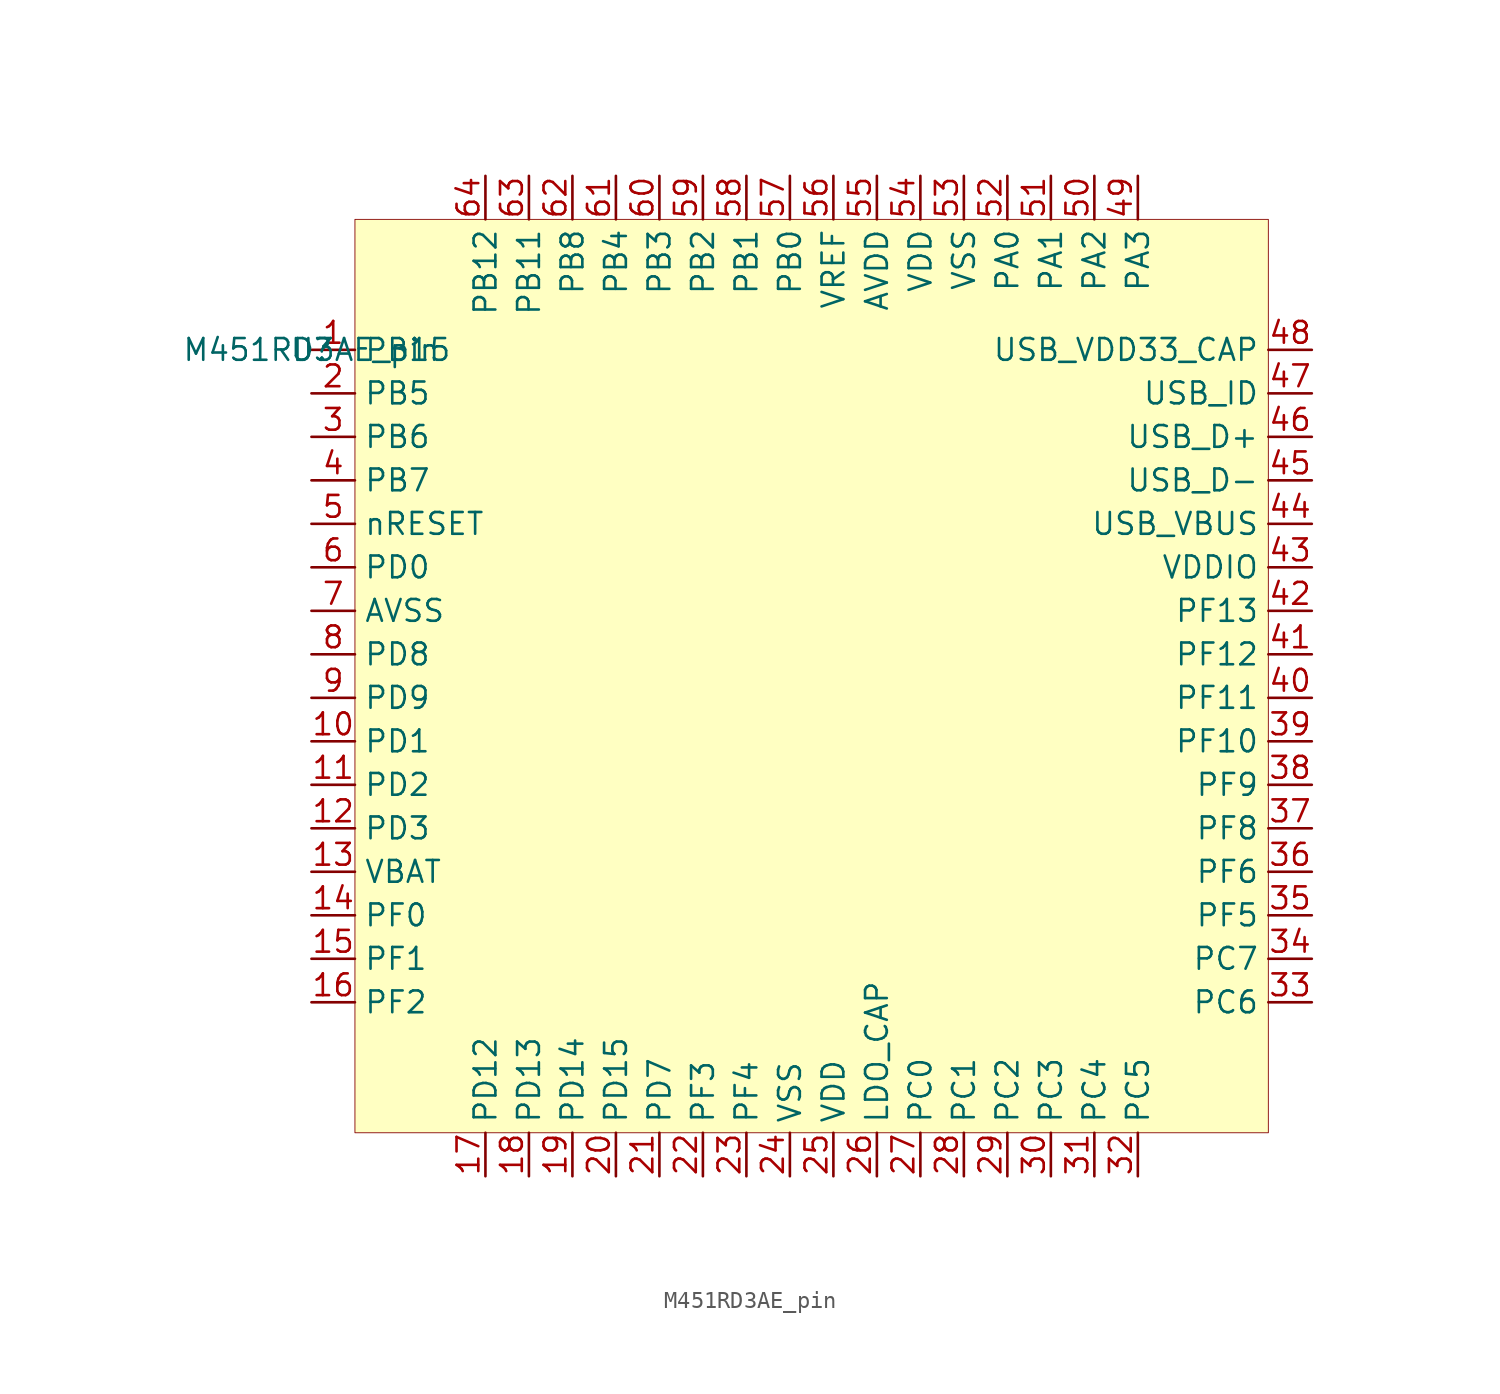
<source format=kicad_sym>
(kicad_symbol_lib
  (version 20220914)
  (generator kicad_symbol_editor)
  (symbol "M451RD3AE_pin"
    (property "Reference" "U"
      (at -29.21 19.05 0)
      (effects (font (size 1.27 1.27))))
    (property "Value" "M451RD3AE_pin"
      (at -29.21 19.05 0)
      (effects (font (size 1.27 1.27))))
    (symbol "M451RD3AE_pin_0_0"
      (pin bidirectional line (at -29.21 -3.81 0) (length 2.54) (name "PD1" (effects (font (size 1.27 1.27)))) (number "10" (effects (font (size 1.27 1.27)))) (alternate "ACMP1_P2" bidirectional line) (alternate "EADC_CH11" bidirectional line) (alternate "EBI_nRD" bidirectional line) (alternate "PWM0_SYNC_IN" bidirectional line) (alternate "T0" bidirectional line) (alternate "UART0_TXD" bidirectional line))
      (pin bidirectional line (at -29.21 -6.35 0) (length 2.54) (name "PD2" (effects (font (size 1.27 1.27)))) (number "11" (effects (font (size 1.27 1.27)))) (alternate "ACMP1_P1" bidirectional line) (alternate "EBI_nWR" bidirectional line) (alternate "INT0" bidirectional line) (alternate "PWM0_BRAKE0" bidirectional line) (alternate "STADC" bidirectional line) (alternate "T0_EXT" bidirectional line))
      (pin bidirectional line (at -29.21 -8.89 0) (length 2.54) (name "PD3" (effects (font (size 1.27 1.27)))) (number "12" (effects (font (size 1.27 1.27)))) (alternate "ACMP1_P0" bidirectional line) (alternate "EBI_MCLK" bidirectional line) (alternate "INT1" bidirectional line) (alternate "PWM0_BRAKE1" bidirectional line) (alternate "T1_EXT" bidirectional line) (alternate "T2" bidirectional line))
      (pin power_in line (at -29.21 -11.43 0) (length 2.54) (name "VBAT" (effects (font (size 1.27 1.27)))) (number "13" (effects (font (size 1.27 1.27)))))
      (pin bidirectional line (at -29.21 -13.97 0) (length 2.54) (name "PF0" (effects (font (size 1.27 1.27)))) (number "14" (effects (font (size 1.27 1.27)))) (alternate "INT5" bidirectional line) (alternate "X32_OUT" bidirectional line))
      (pin bidirectional line (at -29.21 -16.51 0) (length 2.54) (name "PF1" (effects (font (size 1.27 1.27)))) (number "15" (effects (font (size 1.27 1.27)))) (alternate "X32_IN" bidirectional line))
      (pin bidirectional line (at -29.21 -19.05 0) (length 2.54) (name "PF2" (effects (font (size 1.27 1.27)))) (number "16" (effects (font (size 1.27 1.27)))) (alternate "TAMPER" bidirectional line))
      (pin bidirectional line (at -19.05 -29.21 90) (length 2.54) (name "PD12" (effects (font (size 1.27 1.27)))) (number "17" (effects (font (size 1.27 1.27)))) (alternate "EBI_ADR16" bidirectional line) (alternate "PWM1_CH0" bidirectional line) (alternate "SPI2_SS" bidirectional line) (alternate "UART3_TXD" bidirectional line))
      (pin bidirectional line (at -16.51 -29.21 90) (length 2.54) (name "PD13" (effects (font (size 1.27 1.27)))) (number "18" (effects (font (size 1.27 1.27)))) (alternate "EBI_ADR17" bidirectional line) (alternate "PWM1_CH1" bidirectional line) (alternate "SPI2_MOSI" bidirectional line) (alternate "UART3_RXD" bidirectional line))
      (pin bidirectional line (at -13.97 -29.21 90) (length 2.54) (name "PD14" (effects (font (size 1.27 1.27)))) (number "19" (effects (font (size 1.27 1.27)))) (alternate "EBI_ADR18" bidirectional line) (alternate "PWM1_CH2" bidirectional line) (alternate "SPI2_MISO" bidirectional line) (alternate "UART3_nCTS" bidirectional line))
      (pin bidirectional line (at -29.21 16.51 0) (length 2.54) (name "PB5" (effects (font (size 1.27 1.27)))) (number "2" (effects (font (size 1.27 1.27)))) (alternate "ACMP0_P2" bidirectional line) (alternate "EADC_CH13" bidirectional line) (alternate "EBI_AD6" bidirectional line) (alternate "SPI0_MOSI0" bidirectional line) (alternate "SPI1_MOSI" bidirectional line) (alternate "UART2_RXD" bidirectional line))
      (pin bidirectional line (at -11.43 -29.21 90) (length 2.54) (name "PD15" (effects (font (size 1.27 1.27)))) (number "20" (effects (font (size 1.27 1.27)))) (alternate "EBI_ADR19" bidirectional line) (alternate "PWM1_CH3" bidirectional line) (alternate "SPI2_CLK" bidirectional line) (alternate "UART3_nRTS" bidirectional line))
      (pin bidirectional line (at -8.89 -29.21 90) (length 2.54) (name "PD7" (effects (font (size 1.27 1.27)))) (number "21" (effects (font (size 1.27 1.27)))) (alternate "ACMP0_O" bidirectional line) (alternate "EBI_nRD" bidirectional line) (alternate "I2C1_SCL" bidirectional line) (alternate "PWM0_CH5" bidirectional line) (alternate "PWM0_SYNC_IN" bidirectional line) (alternate "T1" bidirectional line) (alternate "XT1_OUT" bidirectional line))
      (pin bidirectional line (at -6.35 -29.21 90) (length 2.54) (name "PF3" (effects (font (size 1.27 1.27)))) (number "22" (effects (font (size 1.27 1.27)))))
      (pin bidirectional line (at -3.81 -29.21 90) (length 2.54) (name "PF4" (effects (font (size 1.27 1.27)))) (number "23" (effects (font (size 1.27 1.27)))) (alternate "I2C1_SDA" bidirectional line) (alternate "XT1_IN" bidirectional line))
      (pin power_in line (at -1.27 -29.21 90) (length 2.54) (name "VSS" (effects (font (size 1.27 1.27)))) (number "24" (effects (font (size 1.27 1.27)))))
      (pin power_in line (at 1.27 -29.21 90) (length 2.54) (name "VDD" (effects (font (size 1.27 1.27)))) (number "25" (effects (font (size 1.27 1.27)))))
      (pin bidirectional line (at 3.81 -29.21 90) (length 2.54) (name "LDO_CAP" (effects (font (size 1.27 1.27)))) (number "26" (effects (font (size 1.27 1.27)))))
      (pin bidirectional line (at 6.35 -29.21 90) (length 2.54) (name "PC0" (effects (font (size 1.27 1.27)))) (number "27" (effects (font (size 1.27 1.27)))) (alternate "EBI_AD8" bidirectional line) (alternate "INT2" bidirectional line) (alternate "PWM0_CH0" bidirectional line) (alternate "SPI2_CLK" bidirectional line) (alternate "T3_EXT" bidirectional line) (alternate "UART2_nCTS" bidirectional line) (alternate "UART3_TXD" bidirectional line))
      (pin bidirectional line (at 8.89 -29.21 90) (length 2.54) (name "PC1" (effects (font (size 1.27 1.27)))) (number "28" (effects (font (size 1.27 1.27)))) (alternate "CLKO" bidirectional line) (alternate "EBI_AD9" bidirectional line) (alternate "PWM0_CH1" bidirectional line) (alternate "STDAC" bidirectional line) (alternate "UART2_nRTS" bidirectional line) (alternate "UART3_RXD" bidirectional line))
      (pin bidirectional line (at 11.43 -29.21 90) (length 2.54) (name "PC2" (effects (font (size 1.27 1.27)))) (number "29" (effects (font (size 1.27 1.27)))) (alternate "ACMP1_O" bidirectional line) (alternate "EBI_AD10" bidirectional line) (alternate "PWM0_CH2" bidirectional line) (alternate "SPI2_SS" bidirectional line) (alternate "UART2_TXD" bidirectional line))
      (pin bidirectional line (at -29.21 13.97 0) (length 2.54) (name "PB6" (effects (font (size 1.27 1.27)))) (number "3" (effects (font (size 1.27 1.27)))) (alternate "ACMP0_P1" bidirectional line) (alternate "EADC_CH14" bidirectional line) (alternate "EBI_AD5" bidirectional line) (alternate "SPI0_MISO0" bidirectional line) (alternate "SPI1_MISO" bidirectional line))
      (pin bidirectional line (at 13.97 -29.21 90) (length 2.54) (name "PC3" (effects (font (size 1.27 1.27)))) (number "30" (effects (font (size 1.27 1.27)))) (alternate "EBI_AD11" bidirectional line) (alternate "PWM0_CH3" bidirectional line) (alternate "SPI2_MOSI" bidirectional line) (alternate "UART2_RXD" bidirectional line))
      (pin bidirectional line (at 16.51 -29.21 90) (length 2.54) (name "PC4" (effects (font (size 1.27 1.27)))) (number "31" (effects (font (size 1.27 1.27)))) (alternate "EBI_AD12" bidirectional line) (alternate "I2C1_SCL" bidirectional line) (alternate "PWM0_CH4" bidirectional line) (alternate "SPI2_MISO" bidirectional line))
      (pin bidirectional line (at 19.05 -29.21 90) (length 2.54) (name "PC5" (effects (font (size 1.27 1.27)))) (number "32" (effects (font (size 1.27 1.27)))) (alternate "EBI_nCS1" bidirectional line) (alternate "I2C1_SDA" bidirectional line) (alternate "INT4" bidirectional line) (alternate "PWM0_CH0" bidirectional line) (alternate "SC0_CD" bidirectional line) (alternate "SPI2_CLK" bidirectional line) (alternate "T2_EXT" bidirectional line))
      (pin bidirectional line (at 29.21 -19.05 180) (length 2.54) (name "PC6" (effects (font (size 1.27 1.27)))) (number "33" (effects (font (size 1.27 1.27)))) (alternate "EBI_AD13" bidirectional line) (alternate "PWM0_CH5" bidirectional line) (alternate "SPI2_I2SMCLK" bidirectional line))
      (pin bidirectional line (at 29.21 -16.51 180) (length 2.54) (name "PC7" (effects (font (size 1.27 1.27)))) (number "34" (effects (font (size 1.27 1.27)))) (alternate "ACMP1_O" bidirectional line) (alternate "EBI_AD14" bidirectional line) (alternate "I2C1_SMBAL" bidirectional line) (alternate "PWM1_CH0" bidirectional line) (alternate "UART0_TXD" bidirectional line))
      (pin bidirectional line (at 29.21 -13.97 180) (length 2.54) (name "PF5" (effects (font (size 1.27 1.27)))) (number "35" (effects (font (size 1.27 1.27)))) (alternate "EBI_AD15" bidirectional line) (alternate "I2C1_SMBSUS" bidirectional line) (alternate "PWM1_CH1" bidirectional line) (alternate "UART0_RXD" bidirectional line))
      (pin bidirectional line (at 29.21 -11.43 180) (length 2.54) (name "PF6" (effects (font (size 1.27 1.27)))) (number "36" (effects (font (size 1.27 1.27)))) (alternate "ICE_CLK" bidirectional line))
      (pin bidirectional line (at 29.21 -8.89 180) (length 2.54) (name "PF8" (effects (font (size 1.27 1.27)))) (number "37" (effects (font (size 1.27 1.27)))) (alternate "ICE_DAT" bidirectional line))
      (pin bidirectional line (at 29.21 -6.35 180) (length 2.54) (name "PF9" (effects (font (size 1.27 1.27)))) (number "38" (effects (font (size 1.27 1.27)))) (alternate "EBI_AD7" bidirectional line) (alternate "SPI1_CLK" bidirectional line) (alternate "T0_EXT" bidirectional line))
      (pin bidirectional line (at 29.21 -3.81 180) (length 2.54) (name "PF10" (effects (font (size 1.27 1.27)))) (number "39" (effects (font (size 1.27 1.27)))) (alternate "EBI_AD6" bidirectional line) (alternate "SPI1_MISO" bidirectional line) (alternate "T1_EXT" bidirectional line))
      (pin bidirectional line (at -29.21 11.43 0) (length 2.54) (name "PB7" (effects (font (size 1.27 1.27)))) (number "4" (effects (font (size 1.27 1.27)))) (alternate "ACMP0_P0" bidirectional line) (alternate "EADC_CH15" bidirectional line) (alternate "EBI_AD4" bidirectional line) (alternate "SPI0_CLK" bidirectional line) (alternate "SPI1_CLK" bidirectional line) (alternate "STADC" bidirectional line))
      (pin bidirectional line (at 29.21 -1.27 180) (length 2.54) (name "PF11" (effects (font (size 1.27 1.27)))) (number "40" (effects (font (size 1.27 1.27)))) (alternate "EBI_AD5" bidirectional line) (alternate "SPI1_MOSI" bidirectional line) (alternate "T2_EXT" bidirectional line))
      (pin bidirectional line (at 29.21 1.27 180) (length 2.54) (name "PF12" (effects (font (size 1.27 1.27)))) (number "41" (effects (font (size 1.27 1.27)))) (alternate "EBI_AD4" bidirectional line) (alternate "SPI1_SS" bidirectional line))
      (pin bidirectional line (at 29.21 3.81 180) (length 2.54) (name "PF13" (effects (font (size 1.27 1.27)))) (number "42" (effects (font (size 1.27 1.27)))) (alternate "CLKO" bidirectional line) (alternate "I2C1_SCL" bidirectional line) (alternate "PWM0_BRAKE0" bidirectional line) (alternate "SC0_PWR" bidirectional line) (alternate "SPI0_MISO1" bidirectional line) (alternate "T1" bidirectional line) (alternate "UART1_TXD" bidirectional line))
      (pin power_in line (at 29.21 6.35 180) (length 2.54) (name "VDDIO" (effects (font (size 1.27 1.27)))) (number "43" (effects (font (size 1.27 1.27)))) (alternate "I2C1_SDA" bidirectional line) (alternate "PWM1_BRAKE1" bidirectional line) (alternate "SC0_RST" bidirectional line) (alternate "SPI0_MOSI1" bidirectional line) (alternate "SPI1_I2SMCLK" bidirectional line) (alternate "T2" bidirectional line) (alternate "UART1_RXD" bidirectional line))
      (pin power_in line (at 29.21 8.89 180) (length 2.54) (name "USB_VBUS" (effects (font (size 1.27 1.27)))) (number "44" (effects (font (size 1.27 1.27)))) (alternate "I2C0_SMBAL" bidirectional line) (alternate "I2C1_SCL" bidirectional line) (alternate "SC0_DAT" bidirectional line) (alternate "SPI0_MISO0" bidirectional line) (alternate "SPI1_MISO" bidirectional line) (alternate "UART1_nCTS" bidirectional line) (alternate "UART3_TXD" bidirectional line))
      (pin bidirectional line (at 29.21 11.43 180) (length 2.54) (name "USB_D-" (effects (font (size 1.27 1.27)))) (number "45" (effects (font (size 1.27 1.27)))) (alternate "I2C0_SMBSUS" bidirectional line) (alternate "I2C1_SDA" bidirectional line) (alternate "SC0_CLK" bidirectional line) (alternate "SPI0_MOSI0" bidirectional line) (alternate "SPI1_MOSI" bidirectional line) (alternate "UART1_nRTS" bidirectional line) (alternate "UART3_RXD" bidirectional line))
      (pin bidirectional line (at 29.21 13.97 180) (length 2.54) (name "USB_D+" (effects (font (size 1.27 1.27)))) (number "46" (effects (font (size 1.27 1.27)))) (alternate "I2C0_SCL" bidirectional line) (alternate "SPI0_SS" bidirectional line) (alternate "SPI1_SS" bidirectional line) (alternate "UART1_TXD" bidirectional line))
      (pin bidirectional line (at 29.21 16.51 180) (length 2.54) (name "USB_ID" (effects (font (size 1.27 1.27)))) (number "47" (effects (font (size 1.27 1.27)))) (alternate "I2C0_SDA" bidirectional line) (alternate "SPI0_CLK" bidirectional line) (alternate "SPI1_CLK" bidirectional line) (alternate "UART1_RXD" bidirectional line))
      (pin power_in line (at 29.21 19.05 180) (length 2.54) (name "USB_VDD33_CAP" (effects (font (size 1.27 1.27)))) (number "48" (effects (font (size 1.27 1.27)))))
      (pin bidirectional line (at 19.05 29.21 270) (length 2.54) (name "PA3" (effects (font (size 1.27 1.27)))) (number "49" (effects (font (size 1.27 1.27)))) (alternate "EBI_AD3" bidirectional line) (alternate "I2C0_SCL" bidirectional line) (alternate "PWM1_CH2" bidirectional line) (alternate "SC0_PWR" bidirectional line) (alternate "UART0_RXD" bidirectional line) (alternate "UART0_nRTS" bidirectional line))
      (pin bidirectional line (at -29.21 8.89 0) (length 2.54) (name "nRESET" (effects (font (size 1.27 1.27)))) (number "5" (effects (font (size 1.27 1.27)))))
      (pin bidirectional line (at 16.51 29.21 270) (length 2.54) (name "PA2" (effects (font (size 1.27 1.27)))) (number "50" (effects (font (size 1.27 1.27)))) (alternate "EBI_AD2" bidirectional line) (alternate "I2C0_SDA" bidirectional line) (alternate "PWM1_CH3" bidirectional line) (alternate "SC0_RST" bidirectional line) (alternate "UART0_TXD" bidirectional line) (alternate "UART0_nCTS" bidirectional line))
      (pin bidirectional line (at 13.97 29.21 270) (length 2.54) (name "PA1" (effects (font (size 1.27 1.27)))) (number "51" (effects (font (size 1.27 1.27)))) (alternate "EBI_AD1" bidirectional line) (alternate "PWM1_CH4" bidirectional line) (alternate "SC0_DAT" bidirectional line) (alternate "STADC" bidirectional line) (alternate "UART1_RXD" bidirectional line) (alternate "UART1_nRTS" bidirectional line))
      (pin bidirectional line (at 11.43 29.21 270) (length 2.54) (name "PA0" (effects (font (size 1.27 1.27)))) (number "52" (effects (font (size 1.27 1.27)))) (alternate "EBI_AD0" bidirectional line) (alternate "INT0" bidirectional line) (alternate "PWM1_CH5" bidirectional line) (alternate "SC0_CLK" bidirectional line) (alternate "SPI1_I2SMCLK" bidirectional line) (alternate "UART1_TXD" bidirectional line) (alternate "UART1_nCTS" bidirectional line))
      (pin power_in line (at 8.89 29.21 270) (length 2.54) (name "VSS" (effects (font (size 1.27 1.27)))) (number "53" (effects (font (size 1.27 1.27)))))
      (pin power_in line (at 6.35 29.21 270) (length 2.54) (name "VDD" (effects (font (size 1.27 1.27)))) (number "54" (effects (font (size 1.27 1.27)))))
      (pin power_in line (at 3.81 29.21 270) (length 2.54) (name "AVDD" (effects (font (size 1.27 1.27)))) (number "55" (effects (font (size 1.27 1.27)))))
      (pin power_in line (at 1.27 29.21 270) (length 2.54) (name "VREF" (effects (font (size 1.27 1.27)))) (number "56" (effects (font (size 1.27 1.27)))))
      (pin bidirectional line (at -1.27 29.21 270) (length 2.54) (name "PB0" (effects (font (size 1.27 1.27)))) (number "57" (effects (font (size 1.27 1.27)))) (alternate "DAC" bidirectional line) (alternate "EADC_CH0" bidirectional line) (alternate "EBI_nWRL" bidirectional line) (alternate "INT1" bidirectional line) (alternate "SPI0_MOSI1" bidirectional line) (alternate "T2" bidirectional line) (alternate "UART2_RXD" bidirectional line))
      (pin bidirectional line (at -3.81 29.21 270) (length 2.54) (name "PB1" (effects (font (size 1.27 1.27)))) (number "58" (effects (font (size 1.27 1.27)))) (alternate "EADC_CH1" bidirectional line) (alternate "EBI_nWRH" bidirectional line) (alternate "PWM0_SYNC_OUT" bidirectional line) (alternate "SC0_RST" bidirectional line) (alternate "SPI0_MISO1" bidirectional line) (alternate "T3" bidirectional line) (alternate "UART2_TXD" bidirectional line))
      (pin bidirectional line (at -6.35 29.21 270) (length 2.54) (name "PB2" (effects (font (size 1.27 1.27)))) (number "59" (effects (font (size 1.27 1.27)))) (alternate "EADC_CH2" bidirectional line) (alternate "SC0_CD" bidirectional line) (alternate "SPI0_CLK" bidirectional line) (alternate "SPI1_CLK" bidirectional line) (alternate "T2_EXT" bidirectional line) (alternate "UART1_RXD" bidirectional line) (alternate "UART3_RXD" bidirectional line))
      (pin bidirectional line (at -29.21 6.35 0) (length 2.54) (name "PD0" (effects (font (size 1.27 1.27)))) (number "6" (effects (font (size 1.27 1.27)))) (alternate "ACMP1_N" bidirectional line) (alternate "EADC_CH6" bidirectional line) (alternate "INT3" bidirectional line) (alternate "SPI1_I2SMCLK" bidirectional line) (alternate "UART0_RXD" bidirectional line))
      (pin bidirectional line (at -8.89 29.21 270) (length 2.54) (name "PB3" (effects (font (size 1.27 1.27)))) (number "60" (effects (font (size 1.27 1.27)))) (alternate "EADC_CH3" bidirectional line) (alternate "SPI0_MISO0" bidirectional line) (alternate "SPI1_MISO" bidirectional line) (alternate "T0_EXT" bidirectional line) (alternate "UART1_TXD" bidirectional line) (alternate "UART3_TXD" bidirectional line))
      (pin bidirectional line (at -11.43 29.21 270) (length 2.54) (name "PB4" (effects (font (size 1.27 1.27)))) (number "61" (effects (font (size 1.27 1.27)))) (alternate "ACMP0_N" bidirectional line) (alternate "EADC_CH4" bidirectional line) (alternate "EBI_AD7" bidirectional line) (alternate "SPI0_SS" bidirectional line) (alternate "SPI1_SS" bidirectional line) (alternate "T1_EXT" bidirectional line) (alternate "UART1_nCTS" bidirectional line) (alternate "UART2_TXD" bidirectional line))
      (pin bidirectional line (at -13.97 29.21 270) (length 2.54) (name "PB8" (effects (font (size 1.27 1.27)))) (number "62" (effects (font (size 1.27 1.27)))) (alternate "EADC_CH5" bidirectional line) (alternate "PWM0_CH2" bidirectional line) (alternate "UART1_nRTS" bidirectional line))
      (pin bidirectional line (at -16.51 29.21 270) (length 2.54) (name "PB11" (effects (font (size 1.27 1.27)))) (number "63" (effects (font (size 1.27 1.27)))) (alternate "EADC_CH8" bidirectional line))
      (pin bidirectional line (at -19.05 29.21 270) (length 2.54) (name "PB12" (effects (font (size 1.27 1.27)))) (number "64" (effects (font (size 1.27 1.27)))) (alternate "EADC_CH9" bidirectional line))
      (pin power_out line (at -29.21 3.81 0) (length 2.54) (name "AVSS" (effects (font (size 1.27 1.27)))) (number "7" (effects (font (size 1.27 1.27)))))
      (pin bidirectional line (at -29.21 1.27 0) (length 2.54) (name "PD8" (effects (font (size 1.27 1.27)))) (number "8" (effects (font (size 1.27 1.27)))) (alternate "EADC_CH7" bidirectional line) (alternate "EBI_nCS0" bidirectional line))
      (pin bidirectional line (at -29.21 -1.27 0) (length 2.54) (name "PD9" (effects (font (size 1.27 1.27)))) (number "9" (effects (font (size 1.27 1.27)))) (alternate "ACMP1_P3" bidirectional line) (alternate "EADC_CH10" bidirectional line) (alternate "EBI_ALE" bidirectional line)))
    (symbol "M451RD3AE_pin_1_0"
      (pin bidirectional line (at -29.21 19.05 0) (length 2.54) (name "PB15" (effects (font (size 1.27 1.27)))) (number "1" (effects (font (size 1.27 1.27)))) (alternate "ACMP0_P3" bidirectional line) (alternate "EADC_CH12" bidirectional line) (alternate "EBI_nCS1" bidirectional line)))
    (symbol "M451RD3AE_pin_1_1"
      (rectangle (start -26.67 26.67) (end 26.67 -26.67) (stroke (width 0.051) (type default)) (fill (type background))))))
</source>
